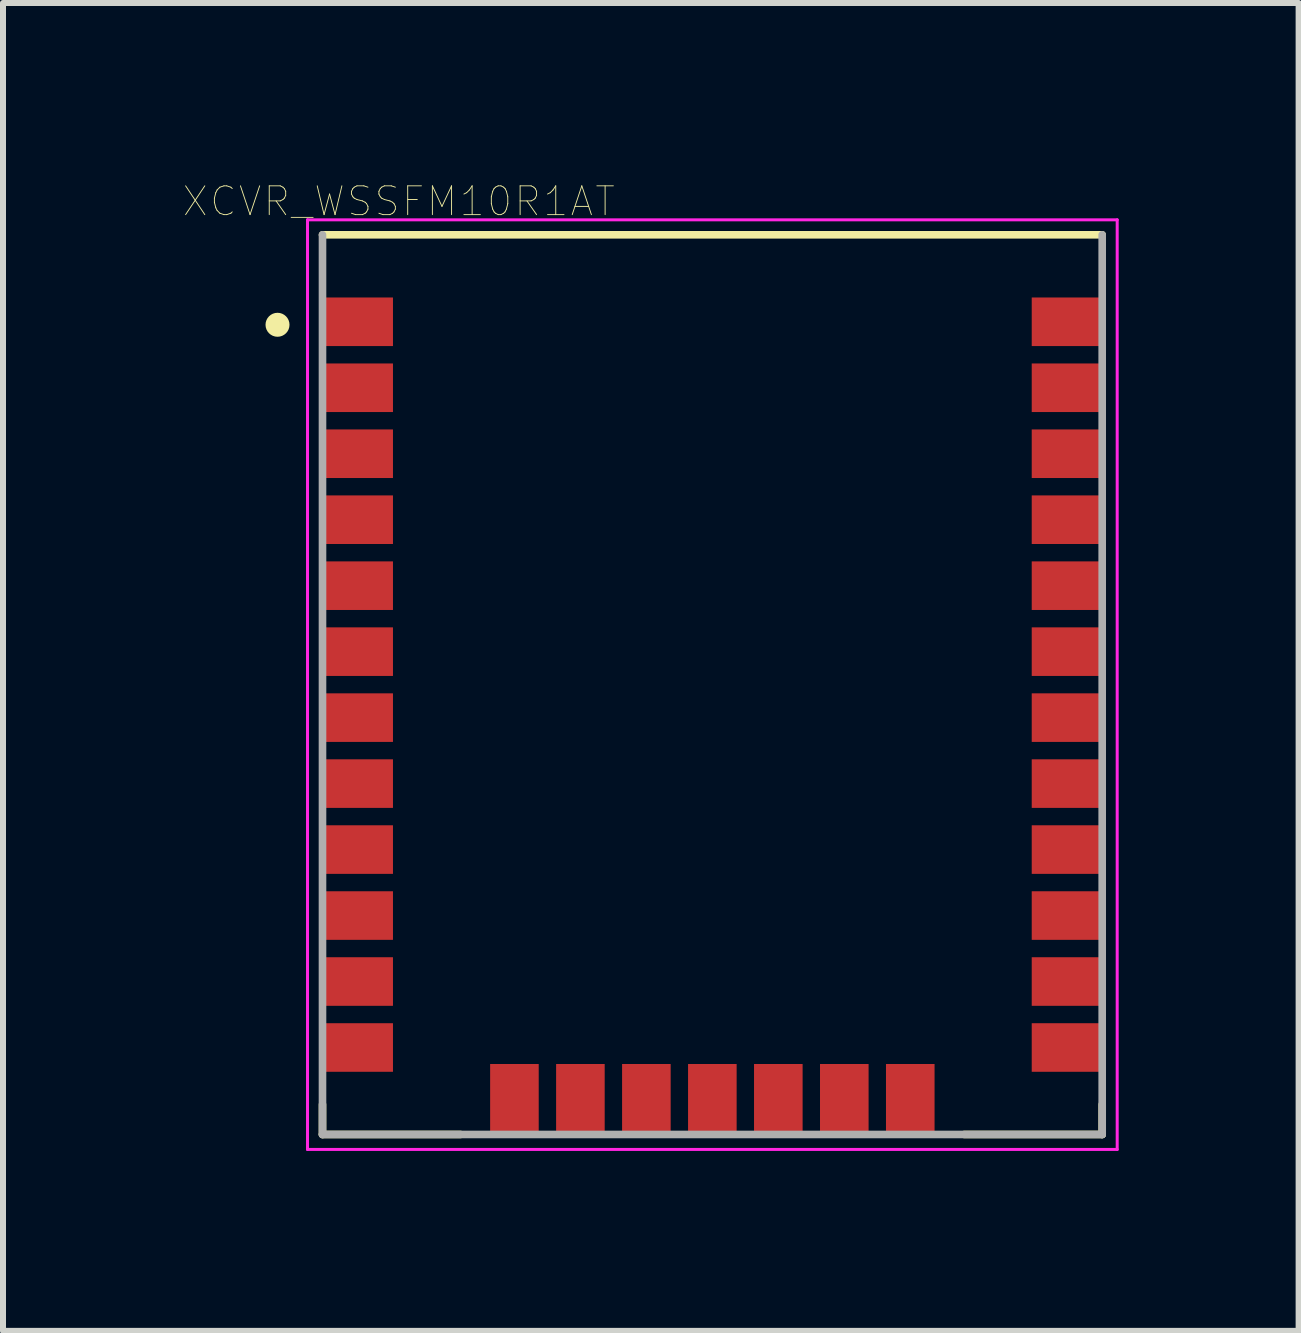
<source format=kicad_pcb>
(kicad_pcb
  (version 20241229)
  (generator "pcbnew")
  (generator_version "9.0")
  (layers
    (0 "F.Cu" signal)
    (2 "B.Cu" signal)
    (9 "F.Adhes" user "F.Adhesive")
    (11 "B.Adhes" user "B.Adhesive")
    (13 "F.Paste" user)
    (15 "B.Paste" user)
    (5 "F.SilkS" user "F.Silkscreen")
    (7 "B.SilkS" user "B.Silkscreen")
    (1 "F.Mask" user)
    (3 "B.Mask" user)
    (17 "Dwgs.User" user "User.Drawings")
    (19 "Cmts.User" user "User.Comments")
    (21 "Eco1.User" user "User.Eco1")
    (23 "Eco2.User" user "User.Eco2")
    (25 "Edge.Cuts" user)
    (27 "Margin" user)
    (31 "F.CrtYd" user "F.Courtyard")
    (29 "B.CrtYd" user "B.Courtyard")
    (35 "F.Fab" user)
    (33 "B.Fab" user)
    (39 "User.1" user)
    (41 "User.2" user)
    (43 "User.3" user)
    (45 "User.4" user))
  (footprint "XCVR_WSSFM10R1AT"
    (layer "F.Cu")
    (at 8.827 8.365)
    (property "Reference" "XCVR_WSSFM10R1AT" (at -5.228 -8.058 0) (layer "F.SilkS") (effects (font (size 0.48 0.48) (thickness 0.015))))
    (attr through_hole)
    (fp_line (start -6.5 -7.5) (end 6.5 -7.5) (stroke (width 0.127) (type solid)) (layer "F.SilkS"))
    (fp_line (start -6.5 7) (end -6.5 7.5) (stroke (width 0.127) (type solid)) (layer "F.SilkS"))
    (fp_line (start -6.5 7.5) (end -4.2 7.5) (stroke (width 0.127) (type solid)) (layer "F.SilkS"))
    (fp_line (start 6.5 7) (end 6.5 7.5) (stroke (width 0.127) (type solid)) (layer "F.SilkS"))
    (fp_line (start 6.5 7.5) (end 4.2 7.5) (stroke (width 0.127) (type solid)) (layer "F.SilkS"))
    (fp_circle (center -7.25 -6) (end -7.05 -6) (stroke (width 0) (type solid)) (fill yes) (layer "F.SilkS"))
    (fp_line (start -6.75 -7.75) (end 6.75 -7.75) (stroke (width 0.05) (type solid)) (layer "F.CrtYd"))
    (fp_line (start -6.75 7.75) (end -6.75 -7.75) (stroke (width 0.05) (type solid)) (layer "F.CrtYd"))
    (fp_line (start -6.75 7.75) (end 6.75 7.75) (stroke (width 0.05) (type solid)) (layer "F.CrtYd"))
    (fp_line (start 6.75 -7.75) (end 6.75 7.75) (stroke (width 0.05) (type solid)) (layer "F.CrtYd"))
    (fp_line (start -6.5 7.5) (end -6.5 -7.5) (stroke (width 0.127) (type solid)) (layer "F.Fab"))
    (fp_line (start 6.5 -7.5) (end 6.5 7.5) (stroke (width 0.127) (type solid)) (layer "F.Fab"))
    (fp_line (start 6.5 7.5) (end -6.5 7.5) (stroke (width 0.127) (type solid)) (layer "F.Fab"))
    (pad "1" smd rect (at -5.9 -6.05) (size 1.15 0.81) (layers "F.Cu" "F.Mask" "F.Paste"))
    (pad "2" smd rect (at -5.9 -4.95) (size 1.15 0.81) (layers "F.Cu" "F.Mask" "F.Paste"))
    (pad "3" smd rect (at -5.9 -3.85) (size 1.15 0.81) (layers "F.Cu" "F.Mask" "F.Paste"))
    (pad "4" smd rect (at -5.9 -2.75) (size 1.15 0.81) (layers "F.Cu" "F.Mask" "F.Paste"))
    (pad "5" smd rect (at -5.9 -1.65) (size 1.15 0.81) (layers "F.Cu" "F.Mask" "F.Paste"))
    (pad "6" smd rect (at -5.9 -0.55) (size 1.15 0.81) (layers "F.Cu" "F.Mask" "F.Paste"))
    (pad "7" smd rect (at -5.9 0.55) (size 1.15 0.81) (layers "F.Cu" "F.Mask" "F.Paste"))
    (pad "8" smd rect (at -5.9 1.65) (size 1.15 0.81) (layers "F.Cu" "F.Mask" "F.Paste"))
    (pad "9" smd rect (at -5.9 2.75) (size 1.15 0.81) (layers "F.Cu" "F.Mask" "F.Paste"))
    (pad "10" smd rect (at -5.9 3.85) (size 1.15 0.81) (layers "F.Cu" "F.Mask" "F.Paste"))
    (pad "11" smd rect (at -5.9 4.95) (size 1.15 0.81) (layers "F.Cu" "F.Mask" "F.Paste"))
    (pad "12" smd rect (at -5.9 6.05) (size 1.15 0.81) (layers "F.Cu" "F.Mask" "F.Paste"))
    (pad "13" smd rect (at -3.3 6.9) (size 0.81 1.15) (layers "F.Cu" "F.Mask" "F.Paste"))
    (pad "14" smd rect (at -2.2 6.9) (size 0.81 1.15) (layers "F.Cu" "F.Mask" "F.Paste"))
    (pad "15" smd rect (at -1.1 6.9) (size 0.81 1.15) (layers "F.Cu" "F.Mask" "F.Paste"))
    (pad "16" smd rect (at 0 6.9) (size 0.81 1.15) (layers "F.Cu" "F.Mask" "F.Paste"))
    (pad "17" smd rect (at 1.1 6.9) (size 0.81 1.15) (layers "F.Cu" "F.Mask" "F.Paste"))
    (pad "18" smd rect (at 2.2 6.9) (size 0.81 1.15) (layers "F.Cu" "F.Mask" "F.Paste"))
    (pad "19" smd rect (at 3.3 6.9) (size 0.81 1.15) (layers "F.Cu" "F.Mask" "F.Paste"))
    (pad "20" smd rect (at 5.9 6.05) (size 1.15 0.81) (layers "F.Cu" "F.Mask" "F.Paste"))
    (pad "21" smd rect (at 5.9 4.95) (size 1.15 0.81) (layers "F.Cu" "F.Mask" "F.Paste"))
    (pad "22" smd rect (at 5.9 3.85) (size 1.15 0.81) (layers "F.Cu" "F.Mask" "F.Paste"))
    (pad "23" smd rect (at 5.9 2.75) (size 1.15 0.81) (layers "F.Cu" "F.Mask" "F.Paste"))
    (pad "24" smd rect (at 5.9 1.65) (size 1.15 0.81) (layers "F.Cu" "F.Mask" "F.Paste"))
    (pad "25" smd rect (at 5.9 0.55) (size 1.15 0.81) (layers "F.Cu" "F.Mask" "F.Paste"))
    (pad "26" smd rect (at 5.9 -0.55) (size 1.15 0.81) (layers "F.Cu" "F.Mask" "F.Paste"))
    (pad "27" smd rect (at 5.9 -1.65) (size 1.15 0.81) (layers "F.Cu" "F.Mask" "F.Paste"))
    (pad "28" smd rect (at 5.9 -2.75) (size 1.15 0.81) (layers "F.Cu" "F.Mask" "F.Paste"))
    (pad "29" smd rect (at 5.9 -3.85) (size 1.15 0.81) (layers "F.Cu" "F.Mask" "F.Paste"))
    (pad "30" smd rect (at 5.9 -4.95) (size 1.15 0.81) (layers "F.Cu" "F.Mask" "F.Paste"))
    (pad "31" smd rect (at 5.9 -6.05) (size 1.15 0.81) (layers "F.Cu" "F.Mask" "F.Paste")))
  (gr_rect
    (start -3 -3)
    (end 18.602 19.14)
    (stroke (width 0.1) (type default))
    (fill no)
    (layer "Edge.Cuts")))
</source>
